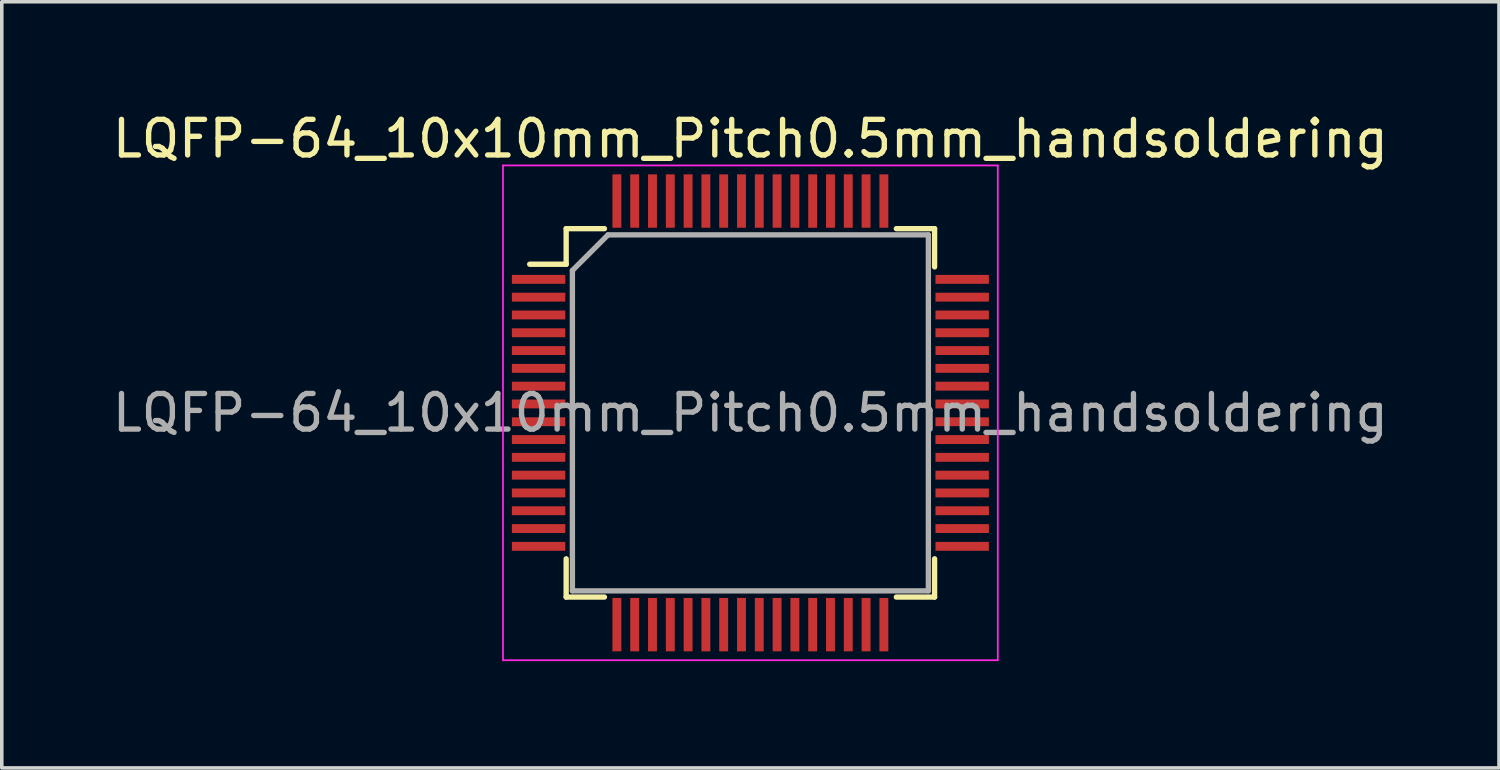
<source format=kicad_pcb>
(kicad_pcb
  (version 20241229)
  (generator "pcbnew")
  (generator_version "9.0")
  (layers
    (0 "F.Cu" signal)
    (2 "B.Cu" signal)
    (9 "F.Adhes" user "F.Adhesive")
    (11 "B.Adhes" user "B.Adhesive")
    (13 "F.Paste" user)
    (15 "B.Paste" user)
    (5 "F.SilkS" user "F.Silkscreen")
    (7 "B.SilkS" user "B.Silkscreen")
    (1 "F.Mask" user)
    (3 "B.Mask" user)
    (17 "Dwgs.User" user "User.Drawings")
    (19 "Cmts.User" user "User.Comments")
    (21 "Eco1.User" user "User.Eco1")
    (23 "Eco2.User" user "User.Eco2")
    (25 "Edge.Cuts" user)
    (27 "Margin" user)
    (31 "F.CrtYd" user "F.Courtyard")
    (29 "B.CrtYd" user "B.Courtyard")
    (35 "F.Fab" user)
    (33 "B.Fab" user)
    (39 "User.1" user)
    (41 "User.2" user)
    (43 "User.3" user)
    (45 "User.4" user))
  (footprint "LQFP-64_10x10mm_Pitch0.5mm_handsoldering"
    (layer "F.Cu")
    (at 18.03 8.548)
    (property "Reference" "LQFP-64_10x10mm_Pitch0.5mm_handsoldering" (at 0 -7.7 0) (layer "F.SilkS") (effects (font (size 1 1) (thickness 0.15))))
    (attr smd)
    (fp_line (start -5.175 -5.175) (end -5.175 -4.175) (stroke (width 0.15) (type solid)) (layer "F.SilkS"))
    (fp_line (start -5.175 -5.175) (end -4.1 -5.175) (stroke (width 0.15) (type solid)) (layer "F.SilkS"))
    (fp_line (start -5.175 -4.175) (end -6.2 -4.175) (stroke (width 0.15) (type solid)) (layer "F.SilkS"))
    (fp_line (start -5.175 5.175) (end -5.175 4.1) (stroke (width 0.15) (type solid)) (layer "F.SilkS"))
    (fp_line (start -5.175 5.175) (end -4.1 5.175) (stroke (width 0.15) (type solid)) (layer "F.SilkS"))
    (fp_line (start 5.175 -5.175) (end 4.1 -5.175) (stroke (width 0.15) (type solid)) (layer "F.SilkS"))
    (fp_line (start 5.175 -5.175) (end 5.175 -4.1) (stroke (width 0.15) (type solid)) (layer "F.SilkS"))
    (fp_line (start 5.175 5.175) (end 4.1 5.175) (stroke (width 0.15) (type solid)) (layer "F.SilkS"))
    (fp_line (start 5.175 5.175) (end 5.175 4.1) (stroke (width 0.15) (type solid)) (layer "F.SilkS"))
    (fp_line (start -6.95 -6.95) (end -6.95 6.95) (stroke (width 0.05) (type solid)) (layer "F.CrtYd"))
    (fp_line (start -6.95 -6.95) (end 6.95 -6.95) (stroke (width 0.05) (type solid)) (layer "F.CrtYd"))
    (fp_line (start -6.95 6.95) (end 6.95 6.95) (stroke (width 0.05) (type solid)) (layer "F.CrtYd"))
    (fp_line (start 6.95 -6.95) (end 6.95 6.95) (stroke (width 0.05) (type solid)) (layer "F.CrtYd"))
    (fp_line (start -5 -4) (end -4 -5) (stroke (width 0.15) (type solid)) (layer "F.Fab"))
    (fp_line (start -5 5) (end -5 -4) (stroke (width 0.15) (type solid)) (layer "F.Fab"))
    (fp_line (start -4 -5) (end 5 -5) (stroke (width 0.15) (type solid)) (layer "F.Fab"))
    (fp_line (start 5 -5) (end 5 5) (stroke (width 0.15) (type solid)) (layer "F.Fab"))
    (fp_line (start 5 5) (end -5 5) (stroke (width 0.15) (type solid)) (layer "F.Fab"))
    (fp_text user "${REFERENCE}" (at 0 0 0) (layer "F.Fab") (effects (font (size 1 1) (thickness 0.15))))
    (pad "1" smd rect (at -5.95 -3.75) (size 1.5 0.25) (layers "F.Cu" "F.Mask" "F.Paste"))
    (pad "2" smd rect (at -5.95 -3.25) (size 1.5 0.25) (layers "F.Cu" "F.Mask" "F.Paste"))
    (pad "3" smd rect (at -5.95 -2.75) (size 1.5 0.25) (layers "F.Cu" "F.Mask" "F.Paste"))
    (pad "4" smd rect (at -5.95 -2.25) (size 1.5 0.25) (layers "F.Cu" "F.Mask" "F.Paste"))
    (pad "5" smd rect (at -5.95 -1.75) (size 1.5 0.25) (layers "F.Cu" "F.Mask" "F.Paste"))
    (pad "6" smd rect (at -5.95 -1.25) (size 1.5 0.25) (layers "F.Cu" "F.Mask" "F.Paste"))
    (pad "7" smd rect (at -5.95 -0.75) (size 1.5 0.25) (layers "F.Cu" "F.Mask" "F.Paste"))
    (pad "8" smd rect (at -5.95 -0.25) (size 1.5 0.25) (layers "F.Cu" "F.Mask" "F.Paste"))
    (pad "9" smd rect (at -5.95 0.25) (size 1.5 0.25) (layers "F.Cu" "F.Mask" "F.Paste"))
    (pad "10" smd rect (at -5.95 0.75) (size 1.5 0.25) (layers "F.Cu" "F.Mask" "F.Paste"))
    (pad "11" smd rect (at -5.95 1.25) (size 1.5 0.25) (layers "F.Cu" "F.Mask" "F.Paste"))
    (pad "12" smd rect (at -5.95 1.75) (size 1.5 0.25) (layers "F.Cu" "F.Mask" "F.Paste"))
    (pad "13" smd rect (at -5.95 2.25) (size 1.5 0.25) (layers "F.Cu" "F.Mask" "F.Paste"))
    (pad "14" smd rect (at -5.95 2.75) (size 1.5 0.25) (layers "F.Cu" "F.Mask" "F.Paste"))
    (pad "15" smd rect (at -5.95 3.25) (size 1.5 0.25) (layers "F.Cu" "F.Mask" "F.Paste"))
    (pad "16" smd rect (at -5.95 3.75) (size 1.5 0.25) (layers "F.Cu" "F.Mask" "F.Paste"))
    (pad "17" smd rect (at -3.75 5.95 90) (size 1.5 0.25) (layers "F.Cu" "F.Mask" "F.Paste"))
    (pad "18" smd rect (at -3.25 5.95 90) (size 1.5 0.25) (layers "F.Cu" "F.Mask" "F.Paste"))
    (pad "19" smd rect (at -2.75 5.95 90) (size 1.5 0.25) (layers "F.Cu" "F.Mask" "F.Paste"))
    (pad "20" smd rect (at -2.25 5.95 90) (size 1.5 0.25) (layers "F.Cu" "F.Mask" "F.Paste"))
    (pad "21" smd rect (at -1.75 5.95 90) (size 1.5 0.25) (layers "F.Cu" "F.Mask" "F.Paste"))
    (pad "22" smd rect (at -1.25 5.95 90) (size 1.5 0.25) (layers "F.Cu" "F.Mask" "F.Paste"))
    (pad "23" smd rect (at -0.75 5.95 90) (size 1.5 0.25) (layers "F.Cu" "F.Mask" "F.Paste"))
    (pad "24" smd rect (at -0.25 5.95 90) (size 1.5 0.25) (layers "F.Cu" "F.Mask" "F.Paste"))
    (pad "25" smd rect (at 0.25 5.95 90) (size 1.5 0.25) (layers "F.Cu" "F.Mask" "F.Paste"))
    (pad "26" smd rect (at 0.75 5.95 90) (size 1.5 0.25) (layers "F.Cu" "F.Mask" "F.Paste"))
    (pad "27" smd rect (at 1.25 5.95 90) (size 1.5 0.25) (layers "F.Cu" "F.Mask" "F.Paste"))
    (pad "28" smd rect (at 1.75 5.95 90) (size 1.5 0.25) (layers "F.Cu" "F.Mask" "F.Paste"))
    (pad "29" smd rect (at 2.25 5.95 90) (size 1.5 0.25) (layers "F.Cu" "F.Mask" "F.Paste"))
    (pad "30" smd rect (at 2.75 5.95 90) (size 1.5 0.25) (layers "F.Cu" "F.Mask" "F.Paste"))
    (pad "31" smd rect (at 3.25 5.95 90) (size 1.5 0.25) (layers "F.Cu" "F.Mask" "F.Paste"))
    (pad "32" smd rect (at 3.75 5.95 90) (size 1.5 0.25) (layers "F.Cu" "F.Mask" "F.Paste"))
    (pad "33" smd rect (at 5.95 3.75) (size 1.5 0.25) (layers "F.Cu" "F.Mask" "F.Paste"))
    (pad "34" smd rect (at 5.95 3.25) (size 1.5 0.25) (layers "F.Cu" "F.Mask" "F.Paste"))
    (pad "35" smd rect (at 5.95 2.75) (size 1.5 0.25) (layers "F.Cu" "F.Mask" "F.Paste"))
    (pad "36" smd rect (at 5.95 2.25) (size 1.5 0.25) (layers "F.Cu" "F.Mask" "F.Paste"))
    (pad "37" smd rect (at 5.95 1.75) (size 1.5 0.25) (layers "F.Cu" "F.Mask" "F.Paste"))
    (pad "38" smd rect (at 5.95 1.25) (size 1.5 0.25) (layers "F.Cu" "F.Mask" "F.Paste"))
    (pad "39" smd rect (at 5.95 0.75) (size 1.5 0.25) (layers "F.Cu" "F.Mask" "F.Paste"))
    (pad "40" smd rect (at 5.95 0.25) (size 1.5 0.25) (layers "F.Cu" "F.Mask" "F.Paste"))
    (pad "41" smd rect (at 5.95 -0.25) (size 1.5 0.25) (layers "F.Cu" "F.Mask" "F.Paste"))
    (pad "42" smd rect (at 5.95 -0.75) (size 1.5 0.25) (layers "F.Cu" "F.Mask" "F.Paste"))
    (pad "43" smd rect (at 5.95 -1.25) (size 1.5 0.25) (layers "F.Cu" "F.Mask" "F.Paste"))
    (pad "44" smd rect (at 5.95 -1.75) (size 1.5 0.25) (layers "F.Cu" "F.Mask" "F.Paste"))
    (pad "45" smd rect (at 5.95 -2.25) (size 1.5 0.25) (layers "F.Cu" "F.Mask" "F.Paste"))
    (pad "46" smd rect (at 5.95 -2.75) (size 1.5 0.25) (layers "F.Cu" "F.Mask" "F.Paste"))
    (pad "47" smd rect (at 5.95 -3.25) (size 1.5 0.25) (layers "F.Cu" "F.Mask" "F.Paste"))
    (pad "48" smd rect (at 5.95 -3.75) (size 1.5 0.25) (layers "F.Cu" "F.Mask" "F.Paste"))
    (pad "49" smd rect (at 3.75 -5.95 90) (size 1.5 0.25) (layers "F.Cu" "F.Mask" "F.Paste"))
    (pad "50" smd rect (at 3.25 -5.95 90) (size 1.5 0.25) (layers "F.Cu" "F.Mask" "F.Paste"))
    (pad "51" smd rect (at 2.75 -5.95 90) (size 1.5 0.25) (layers "F.Cu" "F.Mask" "F.Paste"))
    (pad "52" smd rect (at 2.25 -5.95 90) (size 1.5 0.25) (layers "F.Cu" "F.Mask" "F.Paste"))
    (pad "53" smd rect (at 1.75 -5.95 90) (size 1.5 0.25) (layers "F.Cu" "F.Mask" "F.Paste"))
    (pad "54" smd rect (at 1.25 -5.95 90) (size 1.5 0.25) (layers "F.Cu" "F.Mask" "F.Paste"))
    (pad "55" smd rect (at 0.75 -5.95 90) (size 1.5 0.25) (layers "F.Cu" "F.Mask" "F.Paste"))
    (pad "56" smd rect (at 0.25 -5.95 90) (size 1.5 0.25) (layers "F.Cu" "F.Mask" "F.Paste"))
    (pad "57" smd rect (at -0.25 -5.95 90) (size 1.5 0.25) (layers "F.Cu" "F.Mask" "F.Paste"))
    (pad "58" smd rect (at -0.75 -5.95 90) (size 1.5 0.25) (layers "F.Cu" "F.Mask" "F.Paste"))
    (pad "59" smd rect (at -1.25 -5.95 90) (size 1.5 0.25) (layers "F.Cu" "F.Mask" "F.Paste"))
    (pad "60" smd rect (at -1.75 -5.95 90) (size 1.5 0.25) (layers "F.Cu" "F.Mask" "F.Paste"))
    (pad "61" smd rect (at -2.25 -5.95 90) (size 1.5 0.25) (layers "F.Cu" "F.Mask" "F.Paste"))
    (pad "62" smd rect (at -2.75 -5.95 90) (size 1.5 0.25) (layers "F.Cu" "F.Mask" "F.Paste"))
    (pad "63" smd rect (at -3.25 -5.95 90) (size 1.5 0.25) (layers "F.Cu" "F.Mask" "F.Paste"))
    (pad "64" smd rect (at -3.75 -5.95 90) (size 1.5 0.25) (layers "F.Cu" "F.Mask" "F.Paste")))
  (gr_rect
    (start -3 -3)
    (end 39.06 18.523)
    (stroke (width 0.1) (type default))
    (fill no)
    (layer "Edge.Cuts")))
</source>
